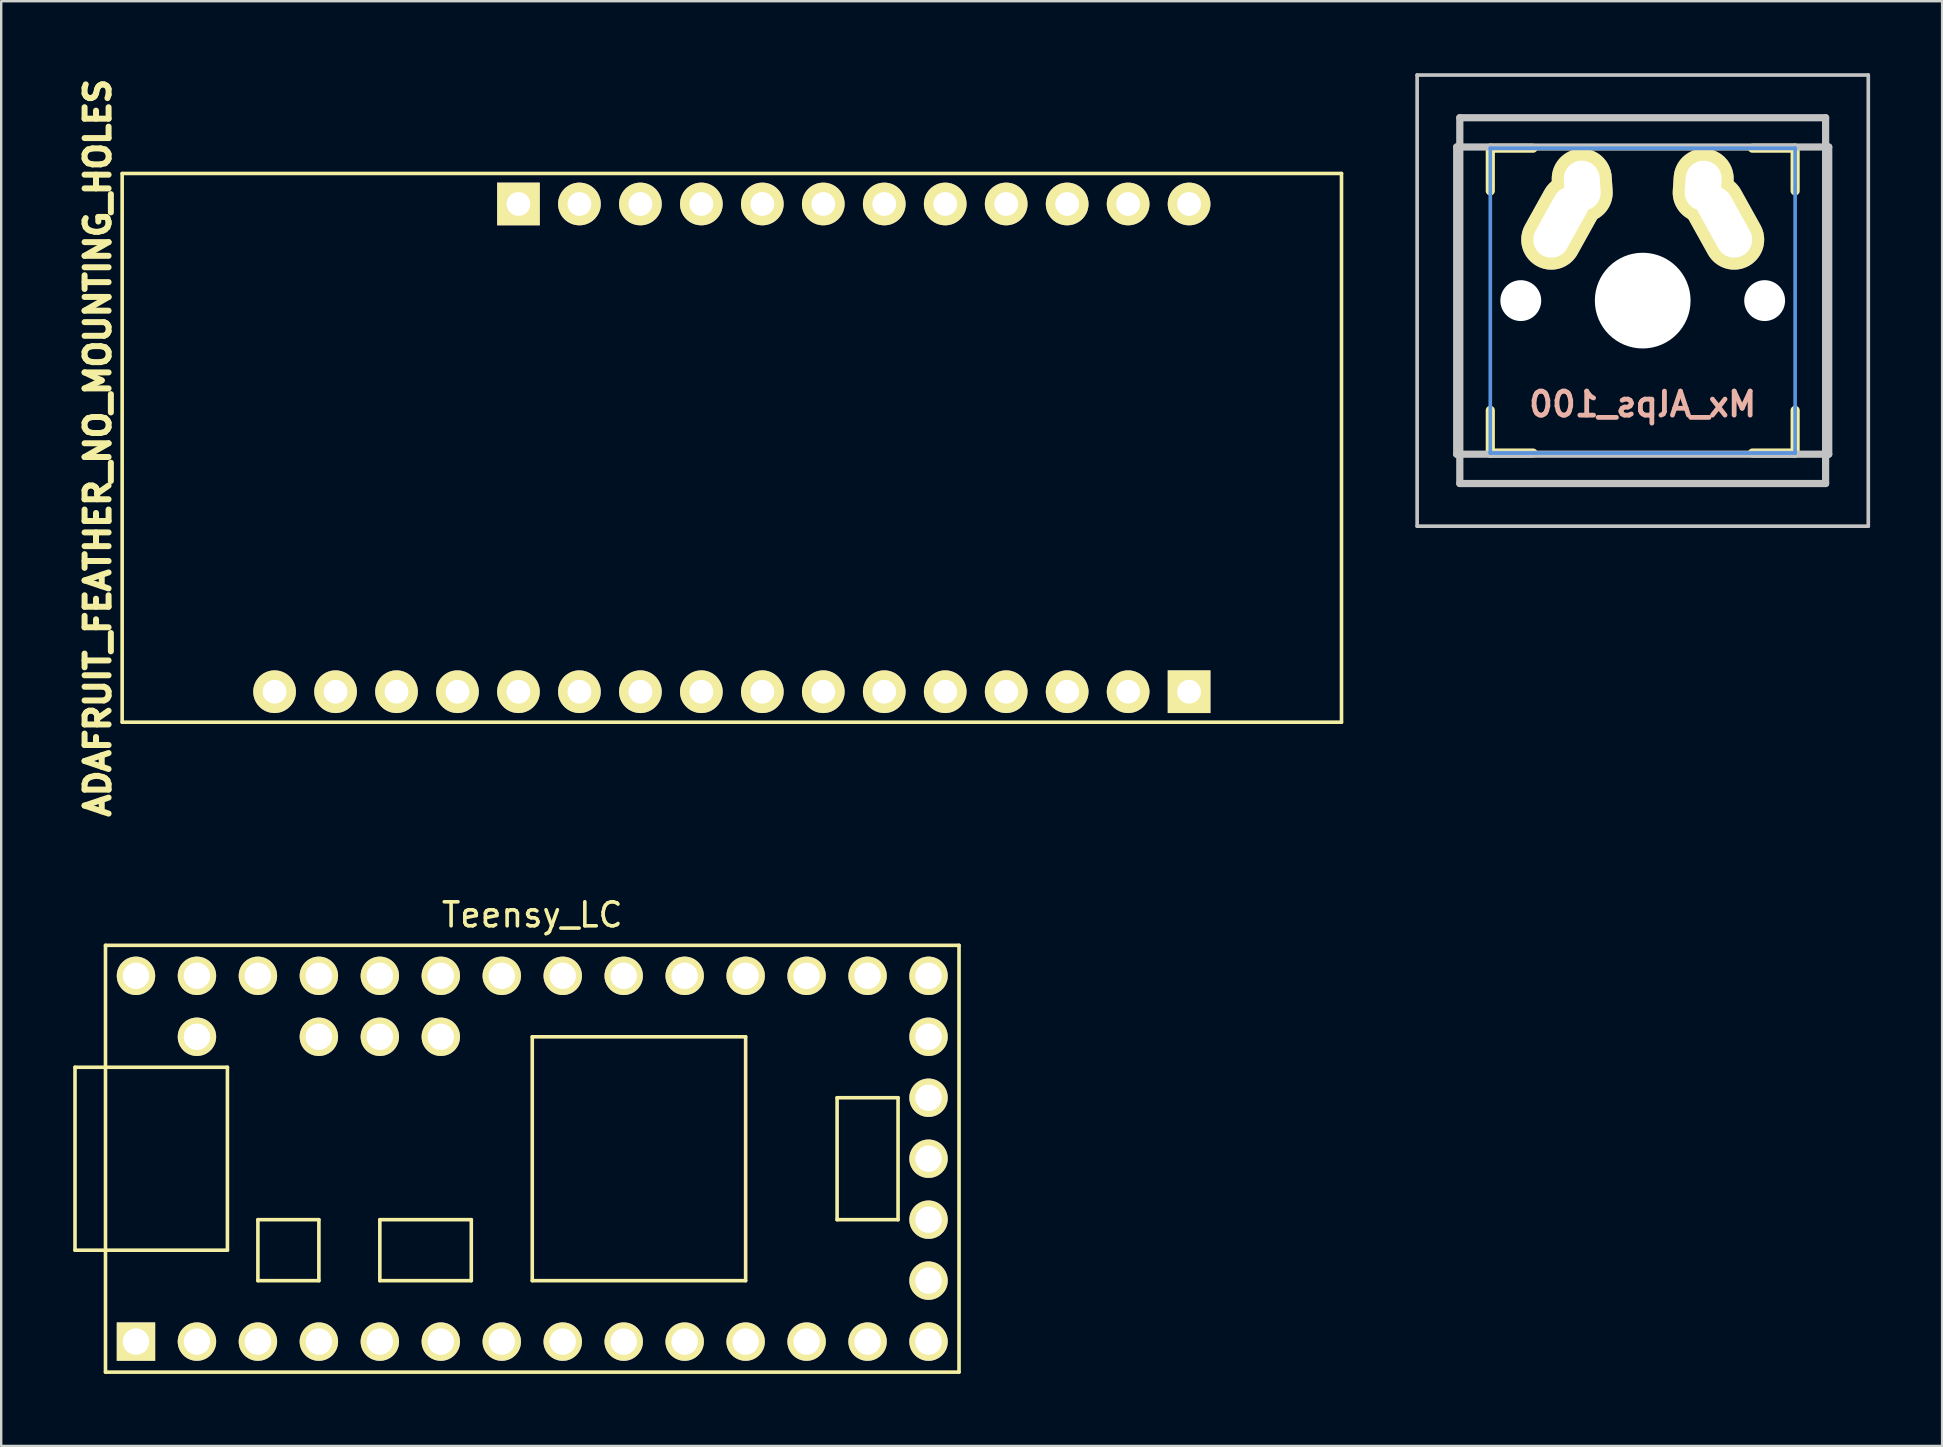
<source format=kicad_pcb>
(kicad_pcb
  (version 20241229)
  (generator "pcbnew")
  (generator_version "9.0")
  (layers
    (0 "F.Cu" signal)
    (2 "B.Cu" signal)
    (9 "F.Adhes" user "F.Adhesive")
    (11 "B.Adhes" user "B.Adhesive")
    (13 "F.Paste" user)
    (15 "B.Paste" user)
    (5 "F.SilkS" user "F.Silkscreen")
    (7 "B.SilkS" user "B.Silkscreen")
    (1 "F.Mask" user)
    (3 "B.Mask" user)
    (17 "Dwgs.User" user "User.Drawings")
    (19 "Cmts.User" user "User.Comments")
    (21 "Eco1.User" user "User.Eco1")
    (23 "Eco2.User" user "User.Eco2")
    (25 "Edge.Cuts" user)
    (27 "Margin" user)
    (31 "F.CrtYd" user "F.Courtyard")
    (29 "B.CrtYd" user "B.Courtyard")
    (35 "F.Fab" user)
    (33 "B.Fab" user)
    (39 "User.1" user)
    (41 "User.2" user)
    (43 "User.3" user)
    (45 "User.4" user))
  (footprint "Mx_Alps_100"
    (layer "F.Cu")
    (at 65.389 9.474)
    (property "Reference" "Mx_Alps_100" (at 0 4.318 0) (layer "B.SilkS") (effects (font (size 1 1) (thickness 0.2)) (justify mirror)))
    (attr through_hole)
    (fp_line (start -6.35 -6.35) (end -4.572 -6.35) (stroke (width 0.381) (type solid)) (layer "F.SilkS"))
    (fp_line (start -6.35 -4.572) (end -6.35 -6.35) (stroke (width 0.381) (type solid)) (layer "F.SilkS"))
    (fp_line (start -6.35 6.35) (end -6.35 4.572) (stroke (width 0.381) (type solid)) (layer "F.SilkS"))
    (fp_line (start -4.572 6.35) (end -6.35 6.35) (stroke (width 0.381) (type solid)) (layer "F.SilkS"))
    (fp_line (start 4.572 -6.35) (end 6.35 -6.35) (stroke (width 0.381) (type solid)) (layer "F.SilkS"))
    (fp_line (start 6.35 -6.35) (end 6.35 -4.572) (stroke (width 0.381) (type solid)) (layer "F.SilkS"))
    (fp_line (start 6.35 4.572) (end 6.35 6.35) (stroke (width 0.381) (type solid)) (layer "F.SilkS"))
    (fp_line (start 6.35 6.35) (end 4.572 6.35) (stroke (width 0.381) (type solid)) (layer "F.SilkS"))
    (fp_line (start -9.398 -9.398) (end 9.398 -9.398) (stroke (width 0.152) (type solid)) (layer "Dwgs.User"))
    (fp_line (start -9.398 9.398) (end -9.398 -9.398) (stroke (width 0.152) (type solid)) (layer "Dwgs.User"))
    (fp_line (start -7.75 6.4) (end -7.75 -6.4) (stroke (width 0.3) (type solid)) (layer "Dwgs.User"))
    (fp_line (start -7.75 6.4) (end 7.75 6.4) (stroke (width 0.3) (type solid)) (layer "Dwgs.User"))
    (fp_line (start -7.62 -7.62) (end 7.62 -7.62) (stroke (width 0.3) (type solid)) (layer "Dwgs.User"))
    (fp_line (start -7.62 7.62) (end -7.62 -7.62) (stroke (width 0.3) (type solid)) (layer "Dwgs.User"))
    (fp_line (start 7.62 -7.62) (end 7.62 7.62) (stroke (width 0.3) (type solid)) (layer "Dwgs.User"))
    (fp_line (start 7.62 7.62) (end -7.62 7.62) (stroke (width 0.3) (type solid)) (layer "Dwgs.User"))
    (fp_line (start 7.75 -6.4) (end -7.75 -6.4) (stroke (width 0.3) (type solid)) (layer "Dwgs.User"))
    (fp_line (start 7.75 6.4) (end 7.75 -6.4) (stroke (width 0.3) (type solid)) (layer "Dwgs.User"))
    (fp_line (start 9.398 -9.398) (end 9.398 9.398) (stroke (width 0.152) (type solid)) (layer "Dwgs.User"))
    (fp_line (start 9.398 9.398) (end -9.398 9.398) (stroke (width 0.152) (type solid)) (layer "Dwgs.User"))
    (fp_line (start -6.35 -6.35) (end 6.35 -6.35) (stroke (width 0.152) (type solid)) (layer "Cmts.User"))
    (fp_line (start -6.35 6.35) (end -6.35 -6.35) (stroke (width 0.152) (type solid)) (layer "Cmts.User"))
    (fp_line (start 6.35 -6.35) (end 6.35 6.35) (stroke (width 0.152) (type solid)) (layer "Cmts.User"))
    (fp_line (start 6.35 6.35) (end -6.35 6.35) (stroke (width 0.152) (type solid)) (layer "Cmts.User"))
    (fp_line (start -6.985 -6.985) (end 6.985 -6.985) (stroke (width 0.152) (type solid)) (layer "Eco2.User"))
    (fp_line (start -6.985 6.985) (end -6.985 -6.985) (stroke (width 0.152) (type solid)) (layer "Eco2.User"))
    (fp_line (start 6.985 -6.985) (end 6.985 6.985) (stroke (width 0.152) (type solid)) (layer "Eco2.User"))
    (fp_line (start 6.985 6.985) (end -6.985 6.985) (stroke (width 0.152) (type solid)) (layer "Eco2.User"))
    (pad "" np_thru_hole circle (at -5.08 0) (size 1.702 1.702) (drill 1.702) (layers "*.Cu"))
    (pad "" np_thru_hole circle (at 0 0) (size 3.988 3.988) (drill 3.988) (layers "*.Cu"))
    (pad "" np_thru_hole circle (at 5.08 0) (size 1.702 1.702) (drill 1.702) (layers "*.Cu"))
    (pad "1" thru_hole oval (at -3.405 -3.27 330.95) (size 2.5 4.17) (drill oval 1.5 3.17) (layers "*.Cu" "*.Mask" "F.SilkS"))
    (pad "1" thru_hole oval (at -2.52 -4.79 3.9) (size 2.5 3.08) (drill oval 1.5 2.08) (layers "*.Cu" "*.Mask" "F.SilkS"))
    (pad "2" thru_hole oval (at 2.52 -4.79 356.1) (size 2.5 3.08) (drill oval 1.5 2.08) (layers "*.Cu" "*.Mask" "F.SilkS"))
    (pad "2" thru_hole oval (at 3.405 -3.27 29.05) (size 2.5 4.17) (drill oval 1.5 3.17) (layers "*.Cu" "*.Mask" "F.SilkS")))
  (footprint "Teensy_LC"
    (layer "F.Cu")
    (at 19.125 45.225)
    (property "Reference" "Teensy_LC" (at 0 -10.16 0) (layer "F.SilkS") (effects (font (size 1 1) (thickness 0.15))))
    (attr through_hole)
    (fp_line (start -19.05 -3.81) (end -17.78 -3.81) (stroke (width 0.15) (type solid)) (layer "F.SilkS"))
    (fp_line (start -19.05 3.81) (end -19.05 -3.81) (stroke (width 0.15) (type solid)) (layer "F.SilkS"))
    (fp_line (start -17.78 -8.89) (end 17.78 -8.89) (stroke (width 0.15) (type solid)) (layer "F.SilkS"))
    (fp_line (start -17.78 3.81) (end -19.05 3.81) (stroke (width 0.15) (type solid)) (layer "F.SilkS"))
    (fp_line (start -17.78 8.89) (end -17.78 -8.89) (stroke (width 0.15) (type solid)) (layer "F.SilkS"))
    (fp_line (start -12.7 -3.81) (end -17.78 -3.81) (stroke (width 0.15) (type solid)) (layer "F.SilkS"))
    (fp_line (start -12.7 3.81) (end -17.78 3.81) (stroke (width 0.15) (type solid)) (layer "F.SilkS"))
    (fp_line (start -12.7 3.81) (end -12.7 -3.81) (stroke (width 0.15) (type solid)) (layer "F.SilkS"))
    (fp_line (start -11.43 2.54) (end -11.43 5.08) (stroke (width 0.15) (type solid)) (layer "F.SilkS"))
    (fp_line (start -11.43 5.08) (end -8.89 5.08) (stroke (width 0.15) (type solid)) (layer "F.SilkS"))
    (fp_line (start -8.89 2.54) (end -11.43 2.54) (stroke (width 0.15) (type solid)) (layer "F.SilkS"))
    (fp_line (start -8.89 5.08) (end -8.89 2.54) (stroke (width 0.15) (type solid)) (layer "F.SilkS"))
    (fp_line (start -6.35 2.54) (end -6.35 5.08) (stroke (width 0.15) (type solid)) (layer "F.SilkS"))
    (fp_line (start -6.35 5.08) (end -2.54 5.08) (stroke (width 0.15) (type solid)) (layer "F.SilkS"))
    (fp_line (start -2.54 2.54) (end -6.35 2.54) (stroke (width 0.15) (type solid)) (layer "F.SilkS"))
    (fp_line (start -2.54 5.08) (end -2.54 2.54) (stroke (width 0.15) (type solid)) (layer "F.SilkS"))
    (fp_line (start 0 -5.08) (end 0 5.08) (stroke (width 0.15) (type solid)) (layer "F.SilkS"))
    (fp_line (start 8.89 -5.08) (end 0 -5.08) (stroke (width 0.15) (type solid)) (layer "F.SilkS"))
    (fp_line (start 8.89 5.08) (end 0 5.08) (stroke (width 0.15) (type solid)) (layer "F.SilkS"))
    (fp_line (start 8.89 5.08) (end 8.89 -5.08) (stroke (width 0.15) (type solid)) (layer "F.SilkS"))
    (fp_line (start 12.7 -2.54) (end 15.24 -2.54) (stroke (width 0.15) (type solid)) (layer "F.SilkS"))
    (fp_line (start 12.7 2.54) (end 12.7 -2.54) (stroke (width 0.15) (type solid)) (layer "F.SilkS"))
    (fp_line (start 15.24 -2.54) (end 15.24 2.54) (stroke (width 0.15) (type solid)) (layer "F.SilkS"))
    (fp_line (start 15.24 2.54) (end 12.7 2.54) (stroke (width 0.15) (type solid)) (layer "F.SilkS"))
    (fp_line (start 17.78 -8.89) (end 17.78 8.89) (stroke (width 0.15) (type solid)) (layer "F.SilkS"))
    (fp_line (start 17.78 8.89) (end -17.78 8.89) (stroke (width 0.15) (type solid)) (layer "F.SilkS"))
    (pad "1" thru_hole rect (at -16.51 7.62) (size 1.6 1.6) (drill 1.1) (layers "*.Cu" "*.Mask" "F.SilkS"))
    (pad "2" thru_hole circle (at -13.97 7.62) (size 1.6 1.6) (drill 1.1) (layers "*.Cu" "*.Mask" "F.SilkS"))
    (pad "3" thru_hole circle (at -11.43 7.62) (size 1.6 1.6) (drill 1.1) (layers "*.Cu" "*.Mask" "F.SilkS"))
    (pad "4" thru_hole circle (at -8.89 7.62) (size 1.6 1.6) (drill 1.1) (layers "*.Cu" "*.Mask" "F.SilkS"))
    (pad "5" thru_hole circle (at -6.35 7.62) (size 1.6 1.6) (drill 1.1) (layers "*.Cu" "*.Mask" "F.SilkS"))
    (pad "6" thru_hole circle (at -3.81 7.62) (size 1.6 1.6) (drill 1.1) (layers "*.Cu" "*.Mask" "F.SilkS"))
    (pad "7" thru_hole circle (at -1.27 7.62) (size 1.6 1.6) (drill 1.1) (layers "*.Cu" "*.Mask" "F.SilkS"))
    (pad "8" thru_hole circle (at 1.27 7.62) (size 1.6 1.6) (drill 1.1) (layers "*.Cu" "*.Mask" "F.SilkS"))
    (pad "9" thru_hole circle (at 3.81 7.62) (size 1.6 1.6) (drill 1.1) (layers "*.Cu" "*.Mask" "F.SilkS"))
    (pad "10" thru_hole circle (at 6.35 7.62) (size 1.6 1.6) (drill 1.1) (layers "*.Cu" "*.Mask" "F.SilkS"))
    (pad "11" thru_hole circle (at 8.89 7.62) (size 1.6 1.6) (drill 1.1) (layers "*.Cu" "*.Mask" "F.SilkS"))
    (pad "12" thru_hole circle (at 11.43 7.62) (size 1.6 1.6) (drill 1.1) (layers "*.Cu" "*.Mask" "F.SilkS"))
    (pad "13" thru_hole circle (at 13.97 7.62) (size 1.6 1.6) (drill 1.1) (layers "*.Cu" "*.Mask" "F.SilkS"))
    (pad "14" thru_hole circle (at 16.51 7.62) (size 1.6 1.6) (drill 1.1) (layers "*.Cu" "*.Mask" "F.SilkS"))
    (pad "15" thru_hole circle (at 16.51 5.08) (size 1.6 1.6) (drill 1.1) (layers "*.Cu" "*.Mask" "F.SilkS"))
    (pad "16" thru_hole circle (at 16.51 2.54) (size 1.6 1.6) (drill 1.1) (layers "*.Cu" "*.Mask" "F.SilkS"))
    (pad "17" thru_hole circle (at 16.51 0) (size 1.6 1.6) (drill 1.1) (layers "*.Cu" "*.Mask" "F.SilkS"))
    (pad "18" thru_hole circle (at 16.51 -2.54) (size 1.6 1.6) (drill 1.1) (layers "*.Cu" "*.Mask" "F.SilkS"))
    (pad "19" thru_hole circle (at 16.51 -5.08) (size 1.6 1.6) (drill 1.1) (layers "*.Cu" "*.Mask" "F.SilkS"))
    (pad "20" thru_hole circle (at 16.51 -7.62) (size 1.6 1.6) (drill 1.1) (layers "*.Cu" "*.Mask" "F.SilkS"))
    (pad "21" thru_hole circle (at 13.97 -7.62) (size 1.6 1.6) (drill 1.1) (layers "*.Cu" "*.Mask" "F.SilkS"))
    (pad "22" thru_hole circle (at 11.43 -7.62) (size 1.6 1.6) (drill 1.1) (layers "*.Cu" "*.Mask" "F.SilkS"))
    (pad "23" thru_hole circle (at 8.89 -7.62) (size 1.6 1.6) (drill 1.1) (layers "*.Cu" "*.Mask" "F.SilkS"))
    (pad "24" thru_hole circle (at 6.35 -7.62) (size 1.6 1.6) (drill 1.1) (layers "*.Cu" "*.Mask" "F.SilkS"))
    (pad "25" thru_hole circle (at 3.81 -7.62) (size 1.6 1.6) (drill 1.1) (layers "*.Cu" "*.Mask" "F.SilkS"))
    (pad "26" thru_hole circle (at 1.27 -7.62) (size 1.6 1.6) (drill 1.1) (layers "*.Cu" "*.Mask" "F.SilkS"))
    (pad "27" thru_hole circle (at -1.27 -7.62) (size 1.6 1.6) (drill 1.1) (layers "*.Cu" "*.Mask" "F.SilkS"))
    (pad "28" thru_hole circle (at -3.81 -7.62) (size 1.6 1.6) (drill 1.1) (layers "*.Cu" "*.Mask" "F.SilkS"))
    (pad "29" thru_hole circle (at -6.35 -7.62) (size 1.6 1.6) (drill 1.1) (layers "*.Cu" "*.Mask" "F.SilkS"))
    (pad "30" thru_hole circle (at -8.89 -7.62) (size 1.6 1.6) (drill 1.1) (layers "*.Cu" "*.Mask" "F.SilkS"))
    (pad "31" thru_hole circle (at -11.43 -7.62) (size 1.6 1.6) (drill 1.1) (layers "*.Cu" "*.Mask" "F.SilkS"))
    (pad "32" thru_hole circle (at -13.97 -7.62) (size 1.6 1.6) (drill 1.1) (layers "*.Cu" "*.Mask" "F.SilkS"))
    (pad "33" thru_hole circle (at -16.51 -7.62) (size 1.6 1.6) (drill 1.1) (layers "*.Cu" "*.Mask" "F.SilkS"))
    (pad "34" thru_hole circle (at -13.97 -5.08) (size 1.6 1.6) (drill 1.1) (layers "*.Cu" "*.Mask" "F.SilkS"))
    (pad "35" thru_hole circle (at -8.89 -5.08) (size 1.6 1.6) (drill 1.1) (layers "*.Cu" "*.Mask" "F.SilkS"))
    (pad "36" thru_hole circle (at -6.35 -5.08) (size 1.6 1.6) (drill 1.1) (layers "*.Cu" "*.Mask" "F.SilkS"))
    (pad "37" thru_hole circle (at -3.81 -5.08) (size 1.6 1.6) (drill 1.1) (layers "*.Cu" "*.Mask" "F.SilkS")))
  (footprint "ADAFRUIT_FEATHER_NO_MOUNTING_HOLES"
    (layer "F.Cu")
    (at 27.44 15.608)
    (property "Reference" "ADAFRUIT_FEATHER_NO_MOUNTING_HOLES" (at -26.416 0 90) (layer "F.SilkS") (effects (font (size 1 1) (thickness 0.25))))
    (attr through_hole)
    (fp_line (start -25.4 -11.43) (end -25.4 11.43) (stroke (width 0.15) (type solid)) (layer "F.SilkS"))
    (fp_line (start -25.4 11.43) (end 25.4 11.43) (stroke (width 0.15) (type solid)) (layer "F.SilkS"))
    (fp_line (start 25.4 -11.43) (end -25.4 -11.43) (stroke (width 0.15) (type solid)) (layer "F.SilkS"))
    (fp_line (start 25.4 11.43) (end 25.4 -11.43) (stroke (width 0.15) (type solid)) (layer "F.SilkS"))
    (pad "1" thru_hole rect (at 19.05 10.16) (size 1.778 1.778) (drill 0.991) (layers "*.Cu" "*.Mask" "F.SilkS"))
    (pad "2" thru_hole circle (at 16.51 10.16) (size 1.778 1.778) (drill 0.991) (layers "*.Cu" "*.Mask" "F.SilkS"))
    (pad "3" thru_hole circle (at 13.97 10.16) (size 1.778 1.778) (drill 0.991) (layers "*.Cu" "*.Mask" "F.SilkS"))
    (pad "4" thru_hole circle (at 11.43 10.16) (size 1.778 1.778) (drill 0.991) (layers "*.Cu" "*.Mask" "F.SilkS"))
    (pad "5" thru_hole circle (at 8.89 10.16) (size 1.778 1.778) (drill 0.991) (layers "*.Cu" "*.Mask" "F.SilkS"))
    (pad "6" thru_hole circle (at 6.35 10.16) (size 1.778 1.778) (drill 0.991) (layers "*.Cu" "*.Mask" "F.SilkS"))
    (pad "7" thru_hole circle (at 3.81 10.16) (size 1.778 1.778) (drill 0.991) (layers "*.Cu" "*.Mask" "F.SilkS"))
    (pad "8" thru_hole circle (at 1.27 10.16) (size 1.778 1.778) (drill 0.991) (layers "*.Cu" "*.Mask" "F.SilkS"))
    (pad "9" thru_hole circle (at -1.27 10.16) (size 1.778 1.778) (drill 0.991) (layers "*.Cu" "*.Mask" "F.SilkS"))
    (pad "10" thru_hole circle (at -3.81 10.16) (size 1.778 1.778) (drill 0.991) (layers "*.Cu" "*.Mask" "F.SilkS"))
    (pad "11" thru_hole circle (at -6.35 10.16) (size 1.778 1.778) (drill 0.991) (layers "*.Cu" "*.Mask" "F.SilkS"))
    (pad "12" thru_hole circle (at -8.89 10.16) (size 1.778 1.778) (drill 0.991) (layers "*.Cu" "*.Mask" "F.SilkS"))
    (pad "13" thru_hole circle (at -11.43 10.16) (size 1.778 1.778) (drill 0.991) (layers "*.Cu" "*.Mask" "F.SilkS"))
    (pad "14" thru_hole circle (at -13.97 10.16) (size 1.778 1.778) (drill 0.991) (layers "*.Cu" "*.Mask" "F.SilkS"))
    (pad "15" thru_hole circle (at -16.51 10.16) (size 1.778 1.778) (drill 0.991) (layers "*.Cu" "*.Mask" "F.SilkS"))
    (pad "16" thru_hole circle (at -19.05 10.16) (size 1.778 1.778) (drill 0.991) (layers "*.Cu" "*.Mask" "F.SilkS"))
    (pad "17" thru_hole rect (at -8.89 -10.16) (size 1.778 1.778) (drill 0.991) (layers "*.Cu" "*.Mask" "F.SilkS"))
    (pad "18" thru_hole circle (at -6.35 -10.16) (size 1.778 1.778) (drill 0.991) (layers "*.Cu" "*.Mask" "F.SilkS"))
    (pad "19" thru_hole circle (at -3.81 -10.16) (size 1.778 1.778) (drill 0.991) (layers "*.Cu" "*.Mask" "F.SilkS"))
    (pad "20" thru_hole circle (at -1.27 -10.16) (size 1.778 1.778) (drill 0.991) (layers "*.Cu" "*.Mask" "F.SilkS"))
    (pad "21" thru_hole circle (at 1.27 -10.16) (size 1.778 1.778) (drill 0.991) (layers "*.Cu" "*.Mask" "F.SilkS"))
    (pad "22" thru_hole circle (at 3.81 -10.16) (size 1.778 1.778) (drill 0.991) (layers "*.Cu" "*.Mask" "F.SilkS"))
    (pad "23" thru_hole circle (at 6.35 -10.16) (size 1.778 1.778) (drill 0.991) (layers "*.Cu" "*.Mask" "F.SilkS"))
    (pad "24" thru_hole circle (at 8.89 -10.16) (size 1.778 1.778) (drill 0.991) (layers "*.Cu" "*.Mask" "F.SilkS"))
    (pad "25" thru_hole circle (at 11.43 -10.16) (size 1.778 1.778) (drill 0.991) (layers "*.Cu" "*.Mask" "F.SilkS"))
    (pad "26" thru_hole circle (at 13.97 -10.16) (size 1.778 1.778) (drill 0.991) (layers "*.Cu" "*.Mask" "F.SilkS"))
    (pad "27" thru_hole circle (at 16.51 -10.16) (size 1.778 1.778) (drill 0.991) (layers "*.Cu" "*.Mask" "F.SilkS"))
    (pad "28" thru_hole circle (at 19.05 -10.16) (size 1.778 1.778) (drill 0.991) (layers "*.Cu" "*.Mask" "F.SilkS")))
  (gr_rect
    (start -3 -3)
    (end 77.863 57.19)
    (stroke (width 0.1) (type default))
    (fill no)
    (layer "Edge.Cuts")))
</source>
